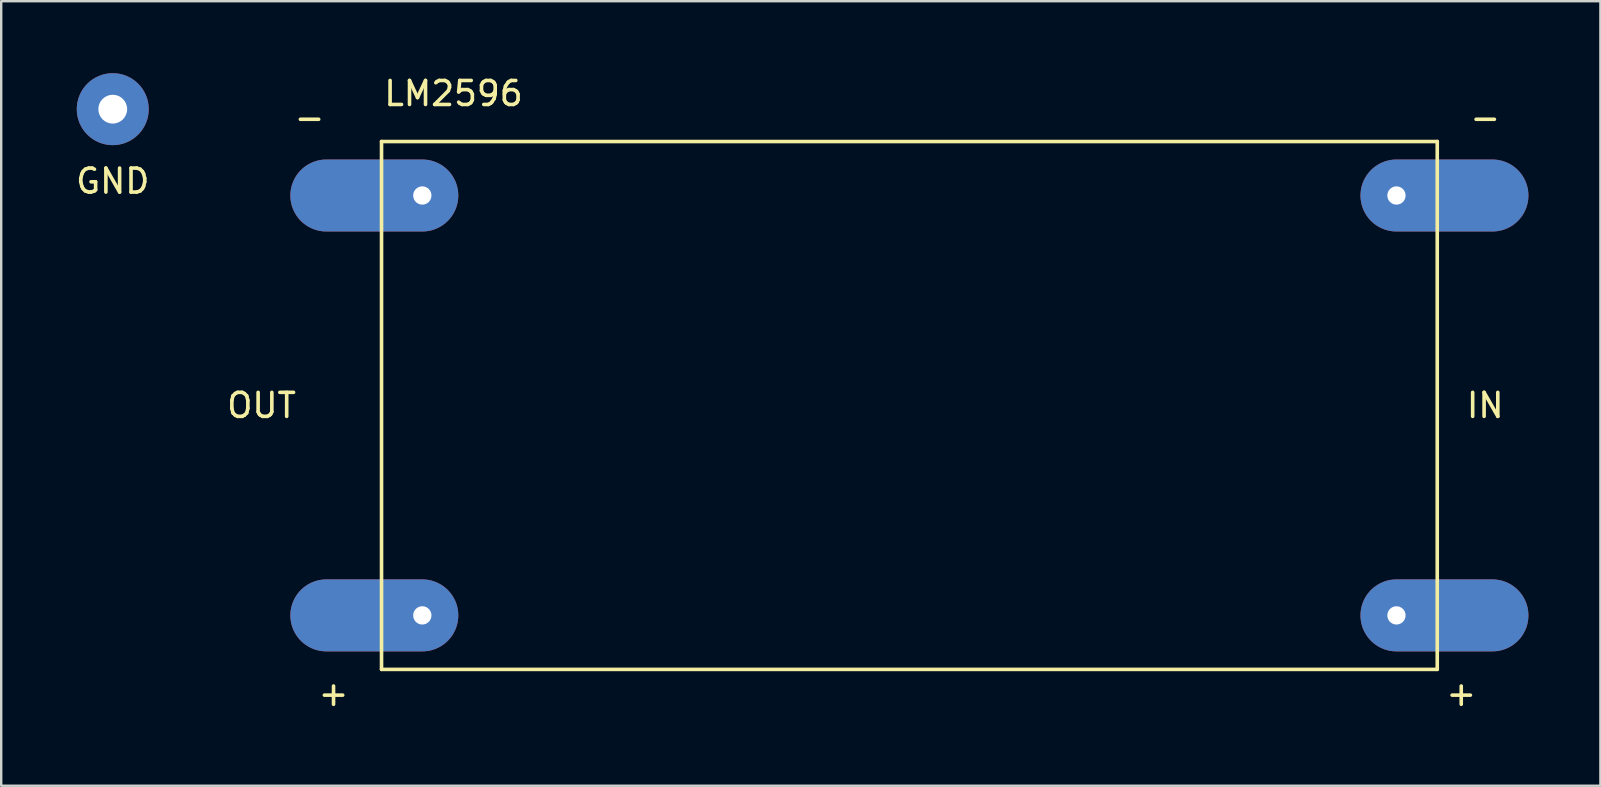
<source format=kicad_pcb>
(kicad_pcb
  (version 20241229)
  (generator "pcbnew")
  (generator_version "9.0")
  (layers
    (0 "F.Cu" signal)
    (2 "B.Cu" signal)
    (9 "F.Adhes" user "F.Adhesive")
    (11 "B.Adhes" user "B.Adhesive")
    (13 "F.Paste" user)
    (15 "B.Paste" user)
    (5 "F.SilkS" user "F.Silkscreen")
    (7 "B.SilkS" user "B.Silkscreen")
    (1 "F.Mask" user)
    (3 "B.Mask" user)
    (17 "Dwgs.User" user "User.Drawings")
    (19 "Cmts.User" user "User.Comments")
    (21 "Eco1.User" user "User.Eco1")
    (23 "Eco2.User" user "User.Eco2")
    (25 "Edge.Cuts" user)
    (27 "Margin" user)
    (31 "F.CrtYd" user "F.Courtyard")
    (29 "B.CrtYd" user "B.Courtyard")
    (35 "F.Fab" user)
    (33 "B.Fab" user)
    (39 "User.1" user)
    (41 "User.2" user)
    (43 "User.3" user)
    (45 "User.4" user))
  (footprint "GND"
    (layer "F.Cu")
    (at 1.649 1.5)
    (property "Reference" "GND" (at 0 3 0) (layer "F.SilkS") (effects (font (size 1 1) (thickness 0.15))))
    (attr through_hole)
    (pad "1" thru_hole circle (at 0 0) (size 3 3) (drill 1.2) (layers "*.Cu" "*.Mask")))
  (footprint "LM2596"
    (layer "F.Cu")
    (at 34.851 13.848)
    (property "Reference" "LM2596" (at -19 -13 0) (layer "F.SilkS") (effects (font (size 1 1) (thickness 0.15))))
    (attr through_hole)
    (fp_line (start -22 -11) (end 22 -11) (stroke (width 0.15) (type solid)) (layer "F.SilkS"))
    (fp_line (start -22 11) (end -22 -11) (stroke (width 0.15) (type solid)) (layer "F.SilkS"))
    (fp_line (start 22 -11) (end 22 11) (stroke (width 0.15) (type solid)) (layer "F.SilkS"))
    (fp_line (start 22 11) (end -22 11) (stroke (width 0.15) (type solid)) (layer "F.SilkS"))
    (fp_text user "-" (at -25 -12 0) (layer "F.SilkS") (effects (font (size 1 1) (thickness 0.15))))
    (fp_text user "-" (at 24 -12 0) (layer "F.SilkS") (effects (font (size 1 1) (thickness 0.15))))
    (fp_text user "IN" (at 24 0 0) (layer "F.SilkS") (effects (font (size 1 1) (thickness 0.15))))
    (fp_text user "+" (at -24 12 0) (layer "F.SilkS") (effects (font (size 1 1) (thickness 0.15))))
    (fp_text user "+" (at 23 12 0) (layer "F.SilkS") (effects (font (size 1 1) (thickness 0.15))))
    (fp_text user "OUT" (at -27 0 0) (layer "F.SilkS") (effects (font (size 1 1) (thickness 0.15))))
    (pad "1" thru_hole oval (at 20.3 -8.75) (size 7 3) (drill 0.762 (offset 2 0)) (layers "*.Cu" "*.Mask"))
    (pad "2" thru_hole oval (at 20.3 8.75) (size 7 3) (drill 0.762 (offset 2 0)) (layers "*.Cu" "*.Mask"))
    (pad "3" thru_hole oval (at -20.3 8.75 180) (size 7 3) (drill 0.762 (offset 2 0)) (layers "*.Cu" "*.Mask"))
    (pad "4" thru_hole oval (at -20.3 -8.75 180) (size 7 3) (drill 0.762 (offset 2 0)) (layers "*.Cu" "*.Mask")))
  (gr_rect
    (start -3 -3)
    (end 63.651 29.697)
    (stroke (width 0.1) (type default))
    (fill no)
    (layer "Edge.Cuts")))
</source>
